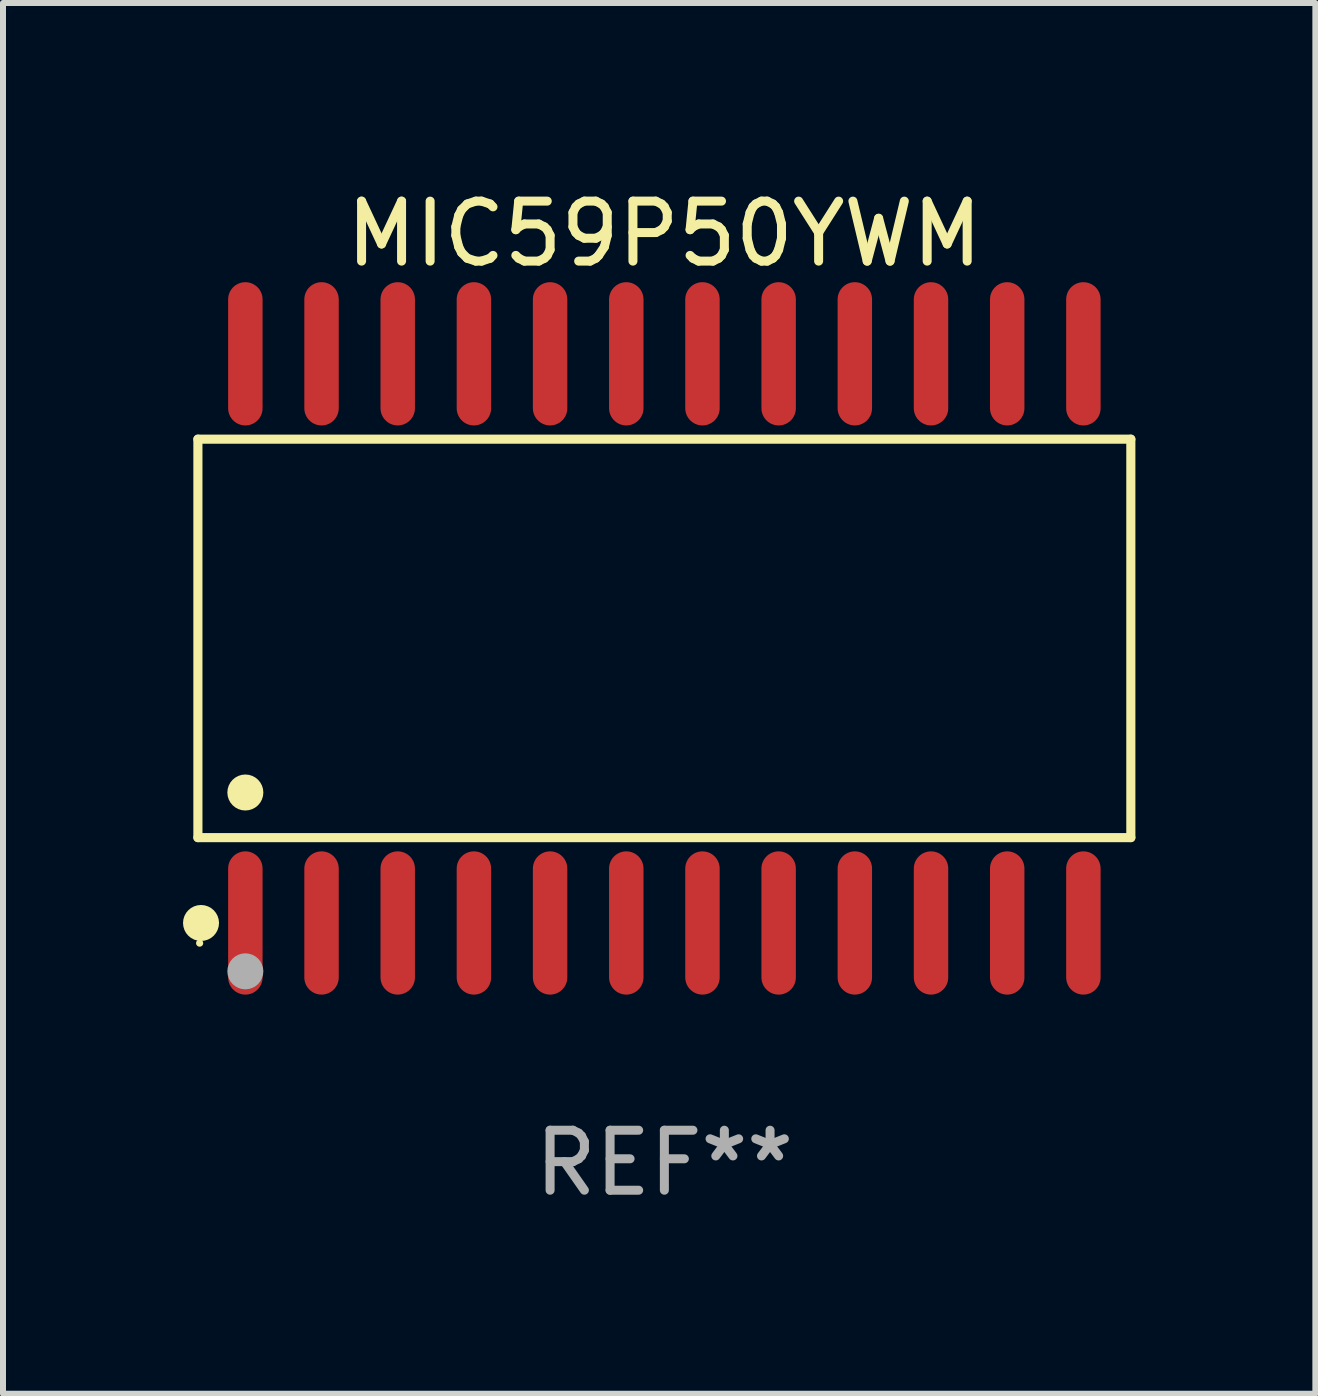
<source format=kicad_pcb>
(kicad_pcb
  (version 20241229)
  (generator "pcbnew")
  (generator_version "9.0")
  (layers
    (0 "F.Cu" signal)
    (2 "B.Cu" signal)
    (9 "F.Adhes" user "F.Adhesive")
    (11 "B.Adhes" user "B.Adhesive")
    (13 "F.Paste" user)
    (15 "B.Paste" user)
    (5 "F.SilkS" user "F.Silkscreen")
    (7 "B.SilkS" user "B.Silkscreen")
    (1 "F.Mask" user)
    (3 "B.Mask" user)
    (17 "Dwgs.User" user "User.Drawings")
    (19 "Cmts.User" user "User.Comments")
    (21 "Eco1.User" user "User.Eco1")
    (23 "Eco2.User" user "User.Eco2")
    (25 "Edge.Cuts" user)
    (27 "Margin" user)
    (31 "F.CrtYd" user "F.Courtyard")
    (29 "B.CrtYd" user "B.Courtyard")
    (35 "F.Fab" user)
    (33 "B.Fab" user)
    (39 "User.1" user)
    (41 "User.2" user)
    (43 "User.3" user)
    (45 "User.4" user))
  (footprint "MIC59P50YWM"
    (layer "F.Cu")
    (at 8.025 7.592)
    (property "Reference" "MIC59P50YWM" (at 0 -6.744 0) (layer "F.SilkS") (effects (font (size 1 1) (thickness 0.15))))
    (attr through_hole)
    (fp_line (start -7.776 -3.321) (end 7.776 -3.321) (stroke (width 0.152) (type solid)) (layer "F.SilkS"))
    (fp_line (start -7.776 3.321) (end -7.776 -3.321) (stroke (width 0.152) (type solid)) (layer "F.SilkS"))
    (fp_line (start 7.776 -3.321) (end 7.776 3.321) (stroke (width 0.152) (type solid)) (layer "F.SilkS"))
    (fp_line (start 7.776 3.321) (end -7.776 3.321) (stroke (width 0.152) (type solid)) (layer "F.SilkS"))
    (fp_circle (center -7.747 5.08) (end -7.717 5.08) (stroke (width 0.06) (type solid)) (fill no) (layer "F.SilkS"))
    (fp_circle (center -7.724 4.744) (end -7.574 4.744) (stroke (width 0.3) (type solid)) (fill no) (layer "F.SilkS"))
    (fp_circle (center -6.985 2.569) (end -6.835 2.569) (stroke (width 0.3) (type solid)) (fill no) (layer "F.SilkS"))
    (fp_circle (center -6.985 5.55) (end -6.835 5.55) (stroke (width 0.3) (type solid)) (fill no) (layer "F.Fab"))
    (fp_text user "REF**" (at 0 8.744 0) (layer "F.Fab") (effects (font (size 1 1) (thickness 0.15))))
    (pad "1" smd oval (at -6.985 4.744) (size 0.574 2.388) (layers "F.Cu" "F.Mask" "F.Paste"))
    (pad "2" smd oval (at -5.715 4.744) (size 0.574 2.388) (layers "F.Cu" "F.Mask" "F.Paste"))
    (pad "3" smd oval (at -4.445 4.744) (size 0.574 2.388) (layers "F.Cu" "F.Mask" "F.Paste"))
    (pad "4" smd oval (at -3.175 4.744) (size 0.574 2.388) (layers "F.Cu" "F.Mask" "F.Paste"))
    (pad "5" smd oval (at -1.905 4.744) (size 0.574 2.388) (layers "F.Cu" "F.Mask" "F.Paste"))
    (pad "6" smd oval (at -0.635 4.744) (size 0.574 2.388) (layers "F.Cu" "F.Mask" "F.Paste"))
    (pad "7" smd oval (at 0.635 4.744) (size 0.574 2.388) (layers "F.Cu" "F.Mask" "F.Paste"))
    (pad "8" smd oval (at 1.905 4.744) (size 0.574 2.388) (layers "F.Cu" "F.Mask" "F.Paste"))
    (pad "9" smd oval (at 3.175 4.744) (size 0.574 2.388) (layers "F.Cu" "F.Mask" "F.Paste"))
    (pad "10" smd oval (at 4.445 4.744) (size 0.574 2.388) (layers "F.Cu" "F.Mask" "F.Paste"))
    (pad "11" smd oval (at 5.715 4.744) (size 0.574 2.388) (layers "F.Cu" "F.Mask" "F.Paste"))
    (pad "12" smd oval (at 6.985 4.744) (size 0.574 2.388) (layers "F.Cu" "F.Mask" "F.Paste"))
    (pad "13" smd oval (at 6.985 -4.744) (size 0.574 2.388) (layers "F.Cu" "F.Mask" "F.Paste"))
    (pad "14" smd oval (at 5.715 -4.744) (size 0.574 2.388) (layers "F.Cu" "F.Mask" "F.Paste"))
    (pad "15" smd oval (at 4.445 -4.744) (size 0.574 2.388) (layers "F.Cu" "F.Mask" "F.Paste"))
    (pad "16" smd oval (at 3.175 -4.744) (size 0.574 2.388) (layers "F.Cu" "F.Mask" "F.Paste"))
    (pad "17" smd oval (at 1.905 -4.744) (size 0.574 2.388) (layers "F.Cu" "F.Mask" "F.Paste"))
    (pad "18" smd oval (at 0.635 -4.744) (size 0.574 2.388) (layers "F.Cu" "F.Mask" "F.Paste"))
    (pad "19" smd oval (at -0.635 -4.744) (size 0.574 2.388) (layers "F.Cu" "F.Mask" "F.Paste"))
    (pad "20" smd oval (at -1.905 -4.744) (size 0.574 2.388) (layers "F.Cu" "F.Mask" "F.Paste"))
    (pad "21" smd oval (at -3.175 -4.744) (size 0.574 2.388) (layers "F.Cu" "F.Mask" "F.Paste"))
    (pad "22" smd oval (at -4.445 -4.744) (size 0.574 2.388) (layers "F.Cu" "F.Mask" "F.Paste"))
    (pad "23" smd oval (at -5.715 -4.744) (size 0.574 2.388) (layers "F.Cu" "F.Mask" "F.Paste"))
    (pad "24" smd oval (at -6.985 -4.744) (size 0.574 2.388) (layers "F.Cu" "F.Mask" "F.Paste")))
  (gr_rect
    (start -3 -3)
    (end 18.877 20.184)
    (stroke (width 0.1) (type default))
    (fill no)
    (layer "Edge.Cuts")))
</source>
